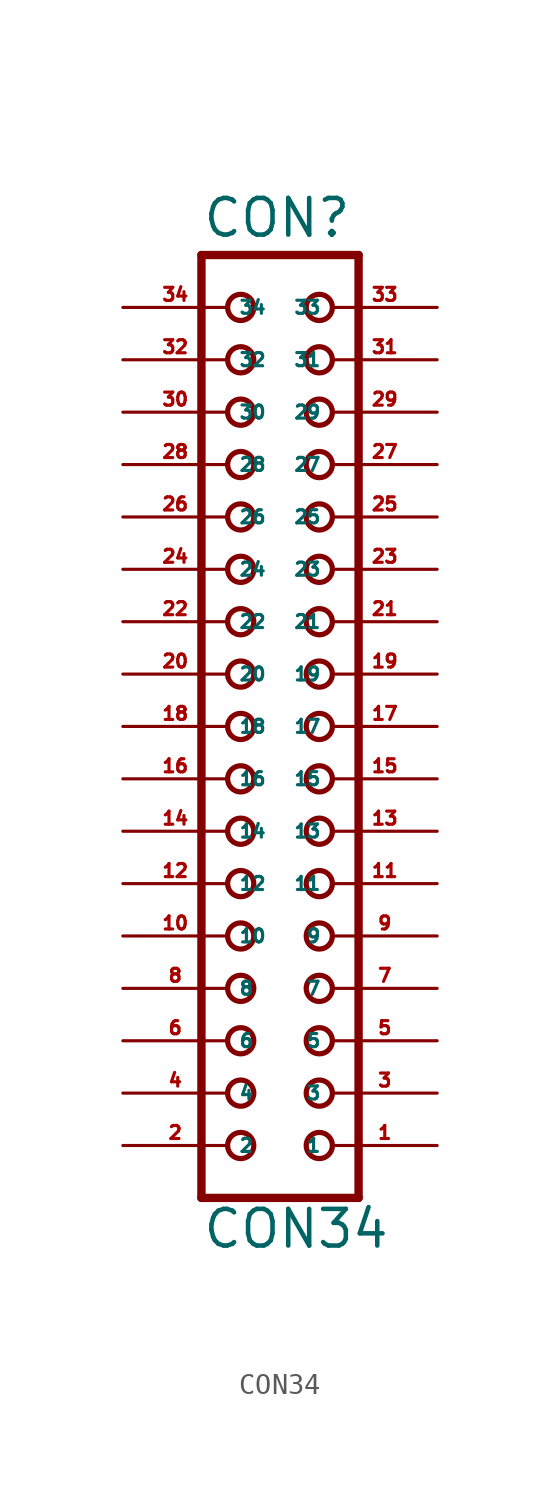
<source format=kicad_sym>
(kicad_symbol_lib
  (version 20220914)
  (generator Eagle2Kicad)
  (symbol "CON34"
    (property "Reference" "CON"
      (at -3.81 23.622 0)
      (effects (font (size 1.778 1.778) (thickness 0.22)) (justify left bottom)))
    (property "Value" "CON34"
      (at -3.81 -25.4 0)
      (effects (font (size 1.778 1.778) (thickness 0.22)) (justify left bottom)))
    (polyline
      (pts (xy 3.81 -22.86) (xy -3.81 -22.86))
      (stroke (width 0.406) (type default))
      (fill (type none)))
    (polyline
      (pts (xy -3.81 22.86) (xy -3.81 -22.86))
      (stroke (width 0.406) (type default))
      (fill (type none)))
    (polyline
      (pts (xy -3.81 22.86) (xy 3.81 22.86))
      (stroke (width 0.406) (type default))
      (fill (type none)))
    (polyline
      (pts (xy 3.81 -22.86) (xy 3.81 22.86))
      (stroke (width 0.406) (type default))
      (fill (type none)))
    (circle
      (center 1.905 -20.32)
      (radius 0.635)
      (stroke (width 0.254) (type default))
      (fill (type none)))
    (circle
      (center 1.905 -17.78)
      (radius 0.635)
      (stroke (width 0.254) (type default))
      (fill (type none)))
    (circle
      (center 1.905 -15.24)
      (radius 0.635)
      (stroke (width 0.254) (type default))
      (fill (type none)))
    (circle
      (center 1.905 -12.7)
      (radius 0.635)
      (stroke (width 0.254) (type default))
      (fill (type none)))
    (circle
      (center 1.905 -10.16)
      (radius 0.635)
      (stroke (width 0.254) (type default))
      (fill (type none)))
    (circle
      (center 1.905 -7.62)
      (radius 0.635)
      (stroke (width 0.254) (type default))
      (fill (type none)))
    (circle
      (center 1.905 -5.08)
      (radius 0.635)
      (stroke (width 0.254) (type default))
      (fill (type none)))
    (circle
      (center 1.905 -2.54)
      (radius 0.635)
      (stroke (width 0.254) (type default))
      (fill (type none)))
    (circle
      (center -1.905 -20.32)
      (radius 0.635)
      (stroke (width 0.254) (type default))
      (fill (type none)))
    (circle
      (center -1.905 -17.78)
      (radius 0.635)
      (stroke (width 0.254) (type default))
      (fill (type none)))
    (circle
      (center -1.905 -15.24)
      (radius 0.635)
      (stroke (width 0.254) (type default))
      (fill (type none)))
    (circle
      (center -1.905 -12.7)
      (radius 0.635)
      (stroke (width 0.254) (type default))
      (fill (type none)))
    (circle
      (center -1.905 -10.16)
      (radius 0.635)
      (stroke (width 0.254) (type default))
      (fill (type none)))
    (circle
      (center -1.905 -7.62)
      (radius 0.635)
      (stroke (width 0.254) (type default))
      (fill (type none)))
    (circle
      (center -1.905 -5.08)
      (radius 0.635)
      (stroke (width 0.254) (type default))
      (fill (type none)))
    (circle
      (center -1.905 -2.54)
      (radius 0.635)
      (stroke (width 0.254) (type default))
      (fill (type none)))
    (circle
      (center 1.905 0)
      (radius 0.635)
      (stroke (width 0.254) (type default))
      (fill (type none)))
    (circle
      (center 1.905 2.54)
      (radius 0.635)
      (stroke (width 0.254) (type default))
      (fill (type none)))
    (circle
      (center 1.905 5.08)
      (radius 0.635)
      (stroke (width 0.254) (type default))
      (fill (type none)))
    (circle
      (center 1.905 7.62)
      (radius 0.635)
      (stroke (width 0.254) (type default))
      (fill (type none)))
    (circle
      (center 1.905 10.16)
      (radius 0.635)
      (stroke (width 0.254) (type default))
      (fill (type none)))
    (circle
      (center 1.905 12.7)
      (radius 0.635)
      (stroke (width 0.254) (type default))
      (fill (type none)))
    (circle
      (center 1.905 15.24)
      (radius 0.635)
      (stroke (width 0.254) (type default))
      (fill (type none)))
    (circle
      (center 1.905 17.78)
      (radius 0.635)
      (stroke (width 0.254) (type default))
      (fill (type none)))
    (circle
      (center -1.905 0)
      (radius 0.635)
      (stroke (width 0.254) (type default))
      (fill (type none)))
    (circle
      (center -1.905 2.54)
      (radius 0.635)
      (stroke (width 0.254) (type default))
      (fill (type none)))
    (circle
      (center -1.905 5.08)
      (radius 0.635)
      (stroke (width 0.254) (type default))
      (fill (type none)))
    (circle
      (center -1.905 7.62)
      (radius 0.635)
      (stroke (width 0.254) (type default))
      (fill (type none)))
    (circle
      (center -1.905 10.16)
      (radius 0.635)
      (stroke (width 0.254) (type default))
      (fill (type none)))
    (circle
      (center -1.905 12.7)
      (radius 0.635)
      (stroke (width 0.254) (type default))
      (fill (type none)))
    (circle
      (center -1.905 15.24)
      (radius 0.635)
      (stroke (width 0.254) (type default))
      (fill (type none)))
    (circle
      (center -1.905 17.78)
      (radius 0.635)
      (stroke (width 0.254) (type default))
      (fill (type none)))
    (circle
      (center -1.905 20.32)
      (radius 0.635)
      (stroke (width 0.254) (type default))
      (fill (type none)))
    (circle
      (center 1.905 20.32)
      (radius 0.635)
      (stroke (width 0.254) (type default))
      (fill (type none)))
    (pin passive line
      (at 7.62 -20.32 180)
      (length 5.08)
      (name "1" (effects (font (size 0.635 0.635) (thickness 0.08)) (justify left bottom)))
      (number "1" (effects (font (size 0.635 0.635) (thickness 0.08)) (justify left bottom))))
    (pin passive line
      (at -7.62 -20.32 0)
      (length 5.08)
      (name "2" (effects (font (size 0.635 0.635) (thickness 0.08)) (justify left bottom)))
      (number "2" (effects (font (size 0.635 0.635) (thickness 0.08)) (justify left bottom))))
    (pin passive line
      (at 7.62 -17.78 180)
      (length 5.08)
      (name "3" (effects (font (size 0.635 0.635) (thickness 0.08)) (justify left bottom)))
      (number "3" (effects (font (size 0.635 0.635) (thickness 0.08)) (justify left bottom))))
    (pin passive line
      (at -7.62 -17.78 0)
      (length 5.08)
      (name "4" (effects (font (size 0.635 0.635) (thickness 0.08)) (justify left bottom)))
      (number "4" (effects (font (size 0.635 0.635) (thickness 0.08)) (justify left bottom))))
    (pin passive line
      (at 7.62 -15.24 180)
      (length 5.08)
      (name "5" (effects (font (size 0.635 0.635) (thickness 0.08)) (justify left bottom)))
      (number "5" (effects (font (size 0.635 0.635) (thickness 0.08)) (justify left bottom))))
    (pin passive line
      (at -7.62 -15.24 0)
      (length 5.08)
      (name "6" (effects (font (size 0.635 0.635) (thickness 0.08)) (justify left bottom)))
      (number "6" (effects (font (size 0.635 0.635) (thickness 0.08)) (justify left bottom))))
    (pin passive line
      (at 7.62 -12.7 180)
      (length 5.08)
      (name "7" (effects (font (size 0.635 0.635) (thickness 0.08)) (justify left bottom)))
      (number "7" (effects (font (size 0.635 0.635) (thickness 0.08)) (justify left bottom))))
    (pin passive line
      (at -7.62 -12.7 0)
      (length 5.08)
      (name "8" (effects (font (size 0.635 0.635) (thickness 0.08)) (justify left bottom)))
      (number "8" (effects (font (size 0.635 0.635) (thickness 0.08)) (justify left bottom))))
    (pin passive line
      (at 7.62 -10.16 180)
      (length 5.08)
      (name "9" (effects (font (size 0.635 0.635) (thickness 0.08)) (justify left bottom)))
      (number "9" (effects (font (size 0.635 0.635) (thickness 0.08)) (justify left bottom))))
    (pin passive line
      (at -7.62 -10.16 0)
      (length 5.08)
      (name "10" (effects (font (size 0.635 0.635) (thickness 0.08)) (justify left bottom)))
      (number "10" (effects (font (size 0.635 0.635) (thickness 0.08)) (justify left bottom))))
    (pin passive line
      (at 7.62 -7.62 180)
      (length 5.08)
      (name "11" (effects (font (size 0.635 0.635) (thickness 0.08)) (justify left bottom)))
      (number "11" (effects (font (size 0.635 0.635) (thickness 0.08)) (justify left bottom))))
    (pin passive line
      (at -7.62 -7.62 0)
      (length 5.08)
      (name "12" (effects (font (size 0.635 0.635) (thickness 0.08)) (justify left bottom)))
      (number "12" (effects (font (size 0.635 0.635) (thickness 0.08)) (justify left bottom))))
    (pin passive line
      (at 7.62 -5.08 180)
      (length 5.08)
      (name "13" (effects (font (size 0.635 0.635) (thickness 0.08)) (justify left bottom)))
      (number "13" (effects (font (size 0.635 0.635) (thickness 0.08)) (justify left bottom))))
    (pin passive line
      (at -7.62 -5.08 0)
      (length 5.08)
      (name "14" (effects (font (size 0.635 0.635) (thickness 0.08)) (justify left bottom)))
      (number "14" (effects (font (size 0.635 0.635) (thickness 0.08)) (justify left bottom))))
    (pin passive line
      (at 7.62 -2.54 180)
      (length 5.08)
      (name "15" (effects (font (size 0.635 0.635) (thickness 0.08)) (justify left bottom)))
      (number "15" (effects (font (size 0.635 0.635) (thickness 0.08)) (justify left bottom))))
    (pin passive line
      (at -7.62 -2.54 0)
      (length 5.08)
      (name "16" (effects (font (size 0.635 0.635) (thickness 0.08)) (justify left bottom)))
      (number "16" (effects (font (size 0.635 0.635) (thickness 0.08)) (justify left bottom))))
    (pin passive line
      (at 7.62 0 180)
      (length 5.08)
      (name "17" (effects (font (size 0.635 0.635) (thickness 0.08)) (justify left bottom)))
      (number "17" (effects (font (size 0.635 0.635) (thickness 0.08)) (justify left bottom))))
    (pin passive line
      (at -7.62 0 0)
      (length 5.08)
      (name "18" (effects (font (size 0.635 0.635) (thickness 0.08)) (justify left bottom)))
      (number "18" (effects (font (size 0.635 0.635) (thickness 0.08)) (justify left bottom))))
    (pin passive line
      (at 7.62 2.54 180)
      (length 5.08)
      (name "19" (effects (font (size 0.635 0.635) (thickness 0.08)) (justify left bottom)))
      (number "19" (effects (font (size 0.635 0.635) (thickness 0.08)) (justify left bottom))))
    (pin passive line
      (at -7.62 2.54 0)
      (length 5.08)
      (name "20" (effects (font (size 0.635 0.635) (thickness 0.08)) (justify left bottom)))
      (number "20" (effects (font (size 0.635 0.635) (thickness 0.08)) (justify left bottom))))
    (pin passive line
      (at 7.62 5.08 180)
      (length 5.08)
      (name "21" (effects (font (size 0.635 0.635) (thickness 0.08)) (justify left bottom)))
      (number "21" (effects (font (size 0.635 0.635) (thickness 0.08)) (justify left bottom))))
    (pin passive line
      (at -7.62 5.08 0)
      (length 5.08)
      (name "22" (effects (font (size 0.635 0.635) (thickness 0.08)) (justify left bottom)))
      (number "22" (effects (font (size 0.635 0.635) (thickness 0.08)) (justify left bottom))))
    (pin passive line
      (at 7.62 7.62 180)
      (length 5.08)
      (name "23" (effects (font (size 0.635 0.635) (thickness 0.08)) (justify left bottom)))
      (number "23" (effects (font (size 0.635 0.635) (thickness 0.08)) (justify left bottom))))
    (pin passive line
      (at -7.62 7.62 0)
      (length 5.08)
      (name "24" (effects (font (size 0.635 0.635) (thickness 0.08)) (justify left bottom)))
      (number "24" (effects (font (size 0.635 0.635) (thickness 0.08)) (justify left bottom))))
    (pin passive line
      (at 7.62 10.16 180)
      (length 5.08)
      (name "25" (effects (font (size 0.635 0.635) (thickness 0.08)) (justify left bottom)))
      (number "25" (effects (font (size 0.635 0.635) (thickness 0.08)) (justify left bottom))))
    (pin passive line
      (at -7.62 10.16 0)
      (length 5.08)
      (name "26" (effects (font (size 0.635 0.635) (thickness 0.08)) (justify left bottom)))
      (number "26" (effects (font (size 0.635 0.635) (thickness 0.08)) (justify left bottom))))
    (pin passive line
      (at 7.62 12.7 180)
      (length 5.08)
      (name "27" (effects (font (size 0.635 0.635) (thickness 0.08)) (justify left bottom)))
      (number "27" (effects (font (size 0.635 0.635) (thickness 0.08)) (justify left bottom))))
    (pin passive line
      (at -7.62 12.7 0)
      (length 5.08)
      (name "28" (effects (font (size 0.635 0.635) (thickness 0.08)) (justify left bottom)))
      (number "28" (effects (font (size 0.635 0.635) (thickness 0.08)) (justify left bottom))))
    (pin passive line
      (at 7.62 15.24 180)
      (length 5.08)
      (name "29" (effects (font (size 0.635 0.635) (thickness 0.08)) (justify left bottom)))
      (number "29" (effects (font (size 0.635 0.635) (thickness 0.08)) (justify left bottom))))
    (pin passive line
      (at -7.62 15.24 0)
      (length 5.08)
      (name "30" (effects (font (size 0.635 0.635) (thickness 0.08)) (justify left bottom)))
      (number "30" (effects (font (size 0.635 0.635) (thickness 0.08)) (justify left bottom))))
    (pin passive line
      (at 7.62 17.78 180)
      (length 5.08)
      (name "31" (effects (font (size 0.635 0.635) (thickness 0.08)) (justify left bottom)))
      (number "31" (effects (font (size 0.635 0.635) (thickness 0.08)) (justify left bottom))))
    (pin passive line
      (at -7.62 17.78 0)
      (length 5.08)
      (name "32" (effects (font (size 0.635 0.635) (thickness 0.08)) (justify left bottom)))
      (number "32" (effects (font (size 0.635 0.635) (thickness 0.08)) (justify left bottom))))
    (pin passive line
      (at 7.62 20.32 180)
      (length 5.08)
      (name "33" (effects (font (size 0.635 0.635) (thickness 0.08)) (justify left bottom)))
      (number "33" (effects (font (size 0.635 0.635) (thickness 0.08)) (justify left bottom))))
    (pin passive line
      (at -7.62 20.32 0)
      (length 5.08)
      (name "34" (effects (font (size 0.635 0.635) (thickness 0.08)) (justify left bottom)))
      (number "34" (effects (font (size 0.635 0.635) (thickness 0.08)) (justify left bottom))))))
</source>
